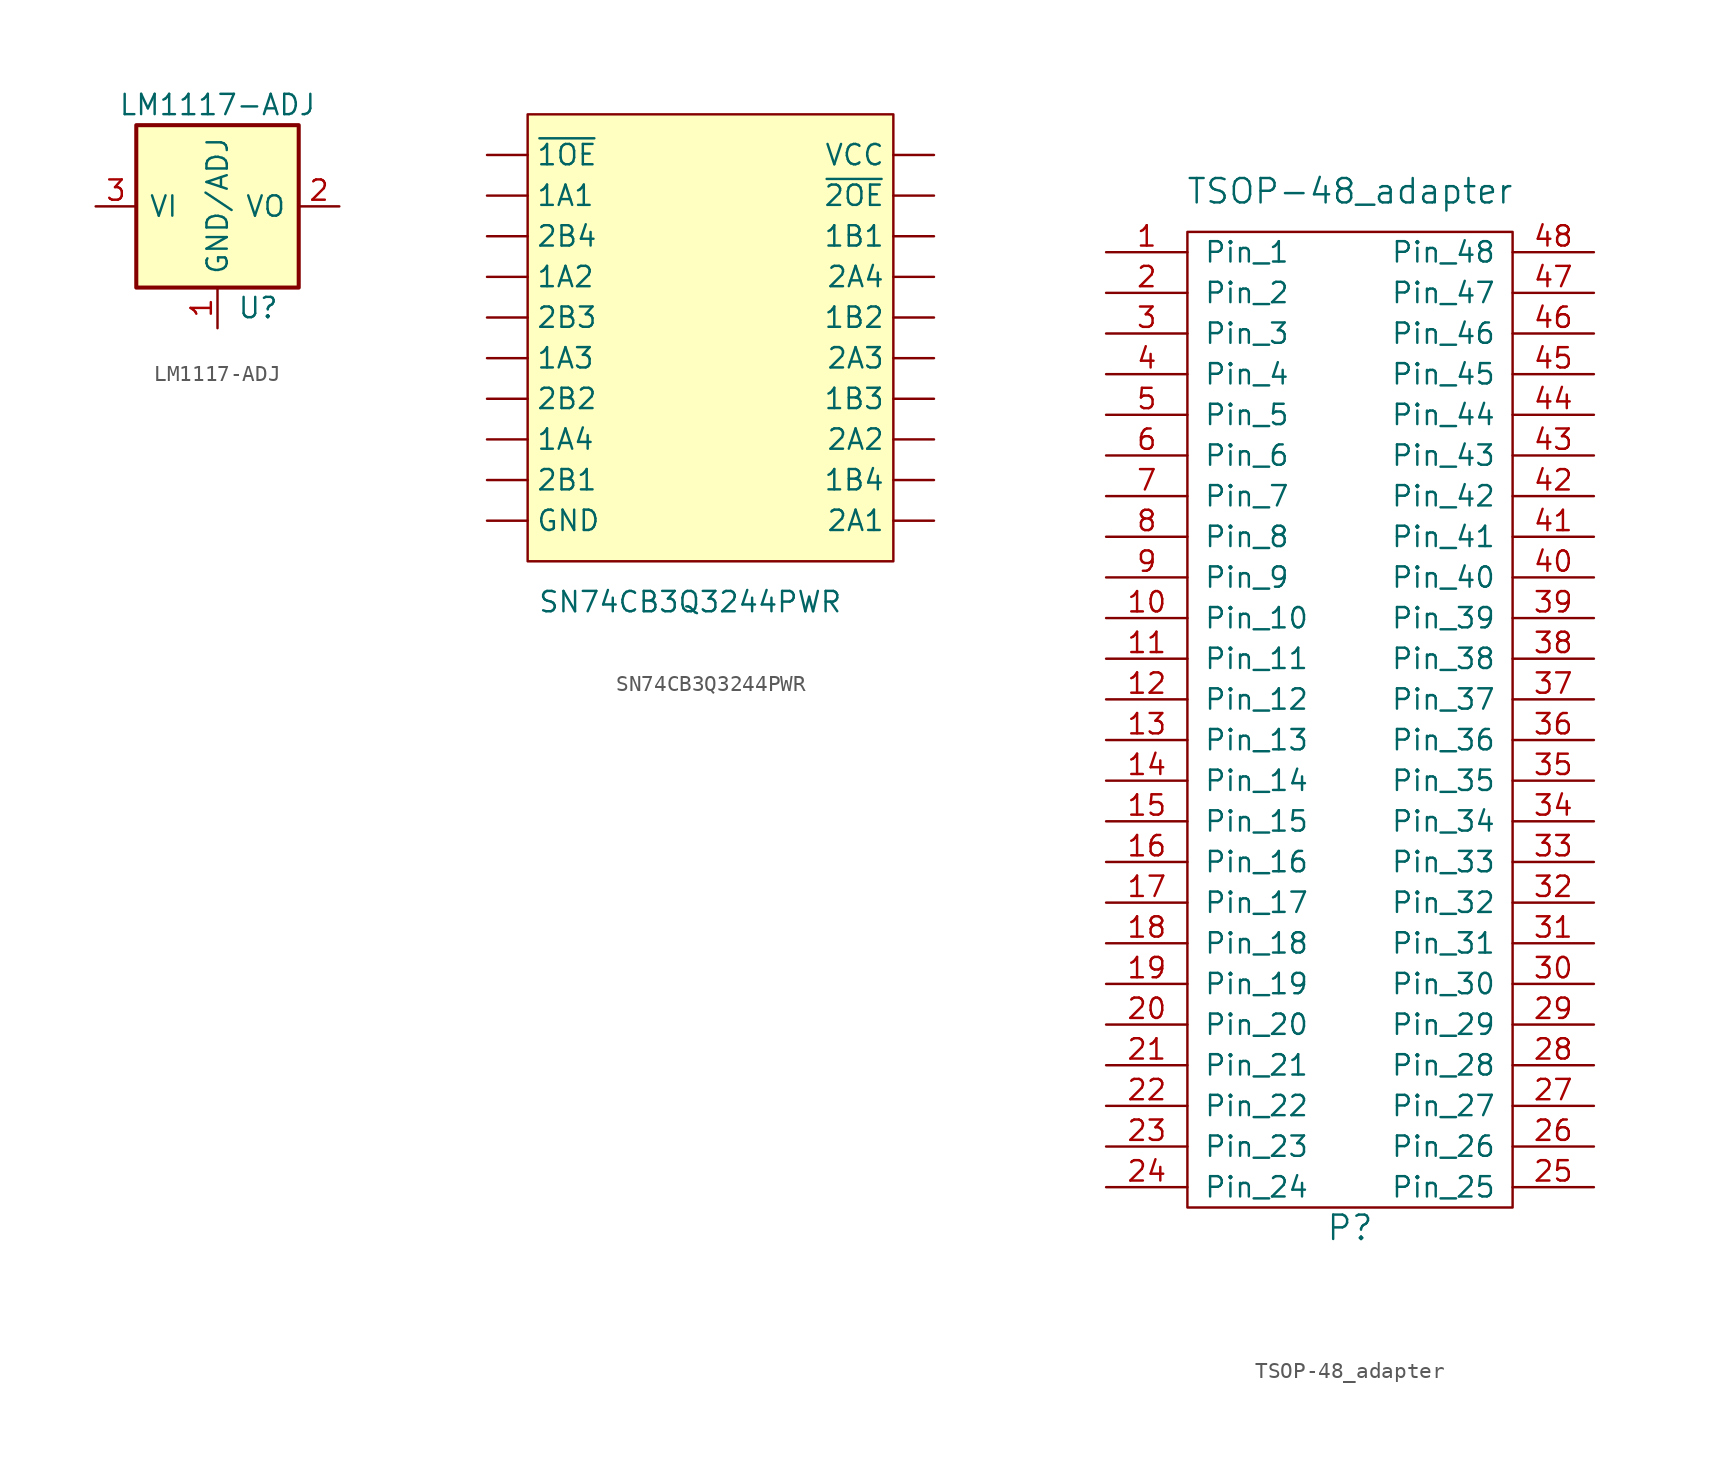
<source format=kicad_sym>
(kicad_symbol_lib
  (version 20211014)
  (generator kicad_symbol_editor)
  (symbol "LM1117-ADJ"
    (pin_names
      (offset 0.762))
    (property "Reference" "U"
      (at 2.54 -6.35 0)
      (effects (font (size 1.27 1.27))))
    (property "Value" "LM1117-ADJ"
      (at 0 6.35 0)
      (effects (font (size 1.27 1.27))))
    (property "Footprint" ""
      (at 0 0 0)
      (effects (font (size 1.27 1.27))))
    (property "Datasheet" ""
      (at 0 0 0)
      (effects (font (size 1.27 1.27))))
    (symbol "LM1117-ADJ_0_1"
      (rectangle (start -5.08 -5.08) (end 5.08 5.08) (stroke (width 0.254) (type default) (color 0 0 0 0)) (fill (type background))))
    (symbol "LM1117-ADJ_1_1"
      (pin power_in line (at 0 -7.62 90) (length 2.54) (name "GND/ADJ" (effects (font (size 1.27 1.27)))) (number "1" (effects (font (size 1.27 1.27)))))
      (pin power_out line (at 7.62 0 180) (length 2.54) (name "VO" (effects (font (size 1.27 1.27)))) (number "2" (effects (font (size 1.27 1.27)))))
      (pin power_in line (at -7.62 0 0) (length 2.54) (name "VI" (effects (font (size 1.27 1.27)))) (number "3" (effects (font (size 1.27 1.27)))))
      (pin power_out line (at 7.62 0 180) (length 2.54) hide (name "VO" (effects (font (size 1.27 1.27)))) (number "4" (effects (font (size 1.27 1.27)))))))
  (symbol "SN74CB3Q3244PWR"
    (property "Reference" "1B2"
      (at -2.54 -12.7 0)
      (effects (font (size 1.27 1.27)) hide))
    (property "Value" "SN74CB3Q3244PWR"
      (at -2.54 -17.78 0)
      (effects (font (size 1.27 1.27))))
    (symbol "SN74CB3Q3244PWR_0_1"
      (rectangle (start -12.7 12.7) (end 10.16 -15.24) (stroke (width 0) (type default) (color 0 0 0 0)) (fill (type background))))
    (symbol "SN74CB3Q3244PWR_1_1"
      (pin bidirectional line (at -15.24 7.62 0) (length 2.54) (name "1A1" (effects (font (size 1.27 1.27)))) (number "" (effects (font (size 1.27 1.27)))))
      (pin bidirectional line (at -15.24 2.54 0) (length 2.54) (name "1A2" (effects (font (size 1.27 1.27)))) (number "" (effects (font (size 1.27 1.27)))))
      (pin bidirectional line (at -15.24 -2.54 0) (length 2.54) (name "1A3" (effects (font (size 1.27 1.27)))) (number "" (effects (font (size 1.27 1.27)))))
      (pin bidirectional line (at -15.24 -7.62 0) (length 2.54) (name "1A4" (effects (font (size 1.27 1.27)))) (number "" (effects (font (size 1.27 1.27)))))
      (pin bidirectional line (at 12.7 5.08 180) (length 2.54) (name "1B1" (effects (font (size 1.27 1.27)))) (number "" (effects (font (size 1.27 1.27)))))
      (pin bidirectional line (at 12.7 0 180) (length 2.54) (name "1B2" (effects (font (size 1.27 1.27)))) (number "" (effects (font (size 1.27 1.27)))))
      (pin bidirectional line (at 12.7 -5.08 180) (length 2.54) (name "1B3" (effects (font (size 1.27 1.27)))) (number "" (effects (font (size 1.27 1.27)))))
      (pin bidirectional line (at 12.7 -10.16 180) (length 2.54) (name "1B4" (effects (font (size 1.27 1.27)))) (number "" (effects (font (size 1.27 1.27)))))
      (pin bidirectional line (at 12.7 -12.7 180) (length 2.54) (name "2A1" (effects (font (size 1.27 1.27)))) (number "" (effects (font (size 1.27 1.27)))))
      (pin bidirectional line (at 12.7 -7.62 180) (length 2.54) (name "2A2" (effects (font (size 1.27 1.27)))) (number "" (effects (font (size 1.27 1.27)))))
      (pin bidirectional line (at 12.7 -2.54 180) (length 2.54) (name "2A3" (effects (font (size 1.27 1.27)))) (number "" (effects (font (size 1.27 1.27)))))
      (pin bidirectional line (at 12.7 2.54 180) (length 2.54) (name "2A4" (effects (font (size 1.27 1.27)))) (number "" (effects (font (size 1.27 1.27)))))
      (pin bidirectional line (at -15.24 -10.16 0) (length 2.54) (name "2B1" (effects (font (size 1.27 1.27)))) (number "" (effects (font (size 1.27 1.27)))))
      (pin bidirectional line (at -15.24 -5.08 0) (length 2.54) (name "2B2" (effects (font (size 1.27 1.27)))) (number "" (effects (font (size 1.27 1.27)))))
      (pin bidirectional line (at -15.24 0 0) (length 2.54) (name "2B3" (effects (font (size 1.27 1.27)))) (number "" (effects (font (size 1.27 1.27)))))
      (pin bidirectional line (at -15.24 5.08 0) (length 2.54) (name "2B4" (effects (font (size 1.27 1.27)))) (number "" (effects (font (size 1.27 1.27)))))
      (pin power_in line (at -15.24 -12.7 0) (length 2.54) (name "GND" (effects (font (size 1.27 1.27)))) (number "" (effects (font (size 1.27 1.27)))))
      (pin power_in line (at 12.7 10.16 180) (length 2.54) (name "VCC" (effects (font (size 1.27 1.27)))) (number "" (effects (font (size 1.27 1.27)))))
      (pin input line (at -15.24 10.16 0) (length 2.54) (name "~{1OE}" (effects (font (size 1.27 1.27)))) (number "" (effects (font (size 1.27 1.27)))))
      (pin input line (at 12.7 7.62 180) (length 2.54) (name "~{2OE}" (effects (font (size 1.27 1.27)))) (number "" (effects (font (size 1.27 1.27)))))))
  (symbol "TSOP-48_adapter"
    (pin_names
      (offset 1.016))
    (property "Reference" "P"
      (at 0 -43.18 0)
      (effects (font (size 1.524 1.524))))
    (property "Value" "TSOP-48_adapter"
      (at 0 21.59 0)
      (effects (font (size 1.524 1.524))))
    (symbol "TSOP-48_adapter_0_1"
      (rectangle (start -10.16 19.05) (end 10.16 -41.91) (stroke (width 0) (type default) (color 0 0 0 0)) (fill (type none))))
    (symbol "TSOP-48_adapter_1_1"
      (pin passive line (at -15.24 17.78 0) (length 5.08) (name "Pin_1" (effects (font (size 1.27 1.27)))) (number "1" (effects (font (size 1.27 1.27)))))
      (pin passive line (at -15.24 -5.08 0) (length 5.08) (name "Pin_10" (effects (font (size 1.27 1.27)))) (number "10" (effects (font (size 1.27 1.27)))))
      (pin passive line (at -15.24 -7.62 0) (length 5.08) (name "Pin_11" (effects (font (size 1.27 1.27)))) (number "11" (effects (font (size 1.27 1.27)))))
      (pin passive line (at -15.24 -10.16 0) (length 5.08) (name "Pin_12" (effects (font (size 1.27 1.27)))) (number "12" (effects (font (size 1.27 1.27)))))
      (pin passive line (at -15.24 -12.7 0) (length 5.08) (name "Pin_13" (effects (font (size 1.27 1.27)))) (number "13" (effects (font (size 1.27 1.27)))))
      (pin passive line (at -15.24 -15.24 0) (length 5.08) (name "Pin_14" (effects (font (size 1.27 1.27)))) (number "14" (effects (font (size 1.27 1.27)))))
      (pin passive line (at -15.24 -17.78 0) (length 5.08) (name "Pin_15" (effects (font (size 1.27 1.27)))) (number "15" (effects (font (size 1.27 1.27)))))
      (pin passive line (at -15.24 -20.32 0) (length 5.08) (name "Pin_16" (effects (font (size 1.27 1.27)))) (number "16" (effects (font (size 1.27 1.27)))))
      (pin passive line (at -15.24 -22.86 0) (length 5.08) (name "Pin_17" (effects (font (size 1.27 1.27)))) (number "17" (effects (font (size 1.27 1.27)))))
      (pin passive line (at -15.24 -25.4 0) (length 5.08) (name "Pin_18" (effects (font (size 1.27 1.27)))) (number "18" (effects (font (size 1.27 1.27)))))
      (pin passive line (at -15.24 -27.94 0) (length 5.08) (name "Pin_19" (effects (font (size 1.27 1.27)))) (number "19" (effects (font (size 1.27 1.27)))))
      (pin passive line (at -15.24 15.24 0) (length 5.08) (name "Pin_2" (effects (font (size 1.27 1.27)))) (number "2" (effects (font (size 1.27 1.27)))))
      (pin passive line (at -15.24 -30.48 0) (length 5.08) (name "Pin_20" (effects (font (size 1.27 1.27)))) (number "20" (effects (font (size 1.27 1.27)))))
      (pin passive line (at -15.24 -33.02 0) (length 5.08) (name "Pin_21" (effects (font (size 1.27 1.27)))) (number "21" (effects (font (size 1.27 1.27)))))
      (pin passive line (at -15.24 -35.56 0) (length 5.08) (name "Pin_22" (effects (font (size 1.27 1.27)))) (number "22" (effects (font (size 1.27 1.27)))))
      (pin passive line (at -15.24 -38.1 0) (length 5.08) (name "Pin_23" (effects (font (size 1.27 1.27)))) (number "23" (effects (font (size 1.27 1.27)))))
      (pin passive line (at -15.24 -40.64 0) (length 5.08) (name "Pin_24" (effects (font (size 1.27 1.27)))) (number "24" (effects (font (size 1.27 1.27)))))
      (pin passive line (at 15.24 -40.64 180) (length 5.08) (name "Pin_25" (effects (font (size 1.27 1.27)))) (number "25" (effects (font (size 1.27 1.27)))))
      (pin passive line (at 15.24 -38.1 180) (length 5.08) (name "Pin_26" (effects (font (size 1.27 1.27)))) (number "26" (effects (font (size 1.27 1.27)))))
      (pin passive line (at 15.24 -35.56 180) (length 5.08) (name "Pin_27" (effects (font (size 1.27 1.27)))) (number "27" (effects (font (size 1.27 1.27)))))
      (pin passive line (at 15.24 -33.02 180) (length 5.08) (name "Pin_28" (effects (font (size 1.27 1.27)))) (number "28" (effects (font (size 1.27 1.27)))))
      (pin passive line (at 15.24 -30.48 180) (length 5.08) (name "Pin_29" (effects (font (size 1.27 1.27)))) (number "29" (effects (font (size 1.27 1.27)))))
      (pin passive line (at -15.24 12.7 0) (length 5.08) (name "Pin_3" (effects (font (size 1.27 1.27)))) (number "3" (effects (font (size 1.27 1.27)))))
      (pin passive line (at 15.24 -27.94 180) (length 5.08) (name "Pin_30" (effects (font (size 1.27 1.27)))) (number "30" (effects (font (size 1.27 1.27)))))
      (pin passive line (at 15.24 -25.4 180) (length 5.08) (name "Pin_31" (effects (font (size 1.27 1.27)))) (number "31" (effects (font (size 1.27 1.27)))))
      (pin passive line (at 15.24 -22.86 180) (length 5.08) (name "Pin_32" (effects (font (size 1.27 1.27)))) (number "32" (effects (font (size 1.27 1.27)))))
      (pin passive line (at 15.24 -20.32 180) (length 5.08) (name "Pin_33" (effects (font (size 1.27 1.27)))) (number "33" (effects (font (size 1.27 1.27)))))
      (pin passive line (at 15.24 -17.78 180) (length 5.08) (name "Pin_34" (effects (font (size 1.27 1.27)))) (number "34" (effects (font (size 1.27 1.27)))))
      (pin passive line (at 15.24 -15.24 180) (length 5.08) (name "Pin_35" (effects (font (size 1.27 1.27)))) (number "35" (effects (font (size 1.27 1.27)))))
      (pin passive line (at 15.24 -12.7 180) (length 5.08) (name "Pin_36" (effects (font (size 1.27 1.27)))) (number "36" (effects (font (size 1.27 1.27)))))
      (pin passive line (at 15.24 -10.16 180) (length 5.08) (name "Pin_37" (effects (font (size 1.27 1.27)))) (number "37" (effects (font (size 1.27 1.27)))))
      (pin passive line (at 15.24 -7.62 180) (length 5.08) (name "Pin_38" (effects (font (size 1.27 1.27)))) (number "38" (effects (font (size 1.27 1.27)))))
      (pin passive line (at 15.24 -5.08 180) (length 5.08) (name "Pin_39" (effects (font (size 1.27 1.27)))) (number "39" (effects (font (size 1.27 1.27)))))
      (pin passive line (at -15.24 10.16 0) (length 5.08) (name "Pin_4" (effects (font (size 1.27 1.27)))) (number "4" (effects (font (size 1.27 1.27)))))
      (pin passive line (at 15.24 -2.54 180) (length 5.08) (name "Pin_40" (effects (font (size 1.27 1.27)))) (number "40" (effects (font (size 1.27 1.27)))))
      (pin passive line (at 15.24 0 180) (length 5.08) (name "Pin_41" (effects (font (size 1.27 1.27)))) (number "41" (effects (font (size 1.27 1.27)))))
      (pin passive line (at 15.24 2.54 180) (length 5.08) (name "Pin_42" (effects (font (size 1.27 1.27)))) (number "42" (effects (font (size 1.27 1.27)))))
      (pin passive line (at 15.24 5.08 180) (length 5.08) (name "Pin_43" (effects (font (size 1.27 1.27)))) (number "43" (effects (font (size 1.27 1.27)))))
      (pin passive line (at 15.24 7.62 180) (length 5.08) (name "Pin_44" (effects (font (size 1.27 1.27)))) (number "44" (effects (font (size 1.27 1.27)))))
      (pin passive line (at 15.24 10.16 180) (length 5.08) (name "Pin_45" (effects (font (size 1.27 1.27)))) (number "45" (effects (font (size 1.27 1.27)))))
      (pin passive line (at 15.24 12.7 180) (length 5.08) (name "Pin_46" (effects (font (size 1.27 1.27)))) (number "46" (effects (font (size 1.27 1.27)))))
      (pin passive line (at 15.24 15.24 180) (length 5.08) (name "Pin_47" (effects (font (size 1.27 1.27)))) (number "47" (effects (font (size 1.27 1.27)))))
      (pin passive line (at 15.24 17.78 180) (length 5.08) (name "Pin_48" (effects (font (size 1.27 1.27)))) (number "48" (effects (font (size 1.27 1.27)))))
      (pin passive line (at -15.24 7.62 0) (length 5.08) (name "Pin_5" (effects (font (size 1.27 1.27)))) (number "5" (effects (font (size 1.27 1.27)))))
      (pin passive line (at -15.24 5.08 0) (length 5.08) (name "Pin_6" (effects (font (size 1.27 1.27)))) (number "6" (effects (font (size 1.27 1.27)))))
      (pin passive line (at -15.24 2.54 0) (length 5.08) (name "Pin_7" (effects (font (size 1.27 1.27)))) (number "7" (effects (font (size 1.27 1.27)))))
      (pin passive line (at -15.24 0 0) (length 5.08) (name "Pin_8" (effects (font (size 1.27 1.27)))) (number "8" (effects (font (size 1.27 1.27)))))
      (pin passive line (at -15.24 -2.54 0) (length 5.08) (name "Pin_9" (effects (font (size 1.27 1.27)))) (number "9" (effects (font (size 1.27 1.27))))))))
</source>
